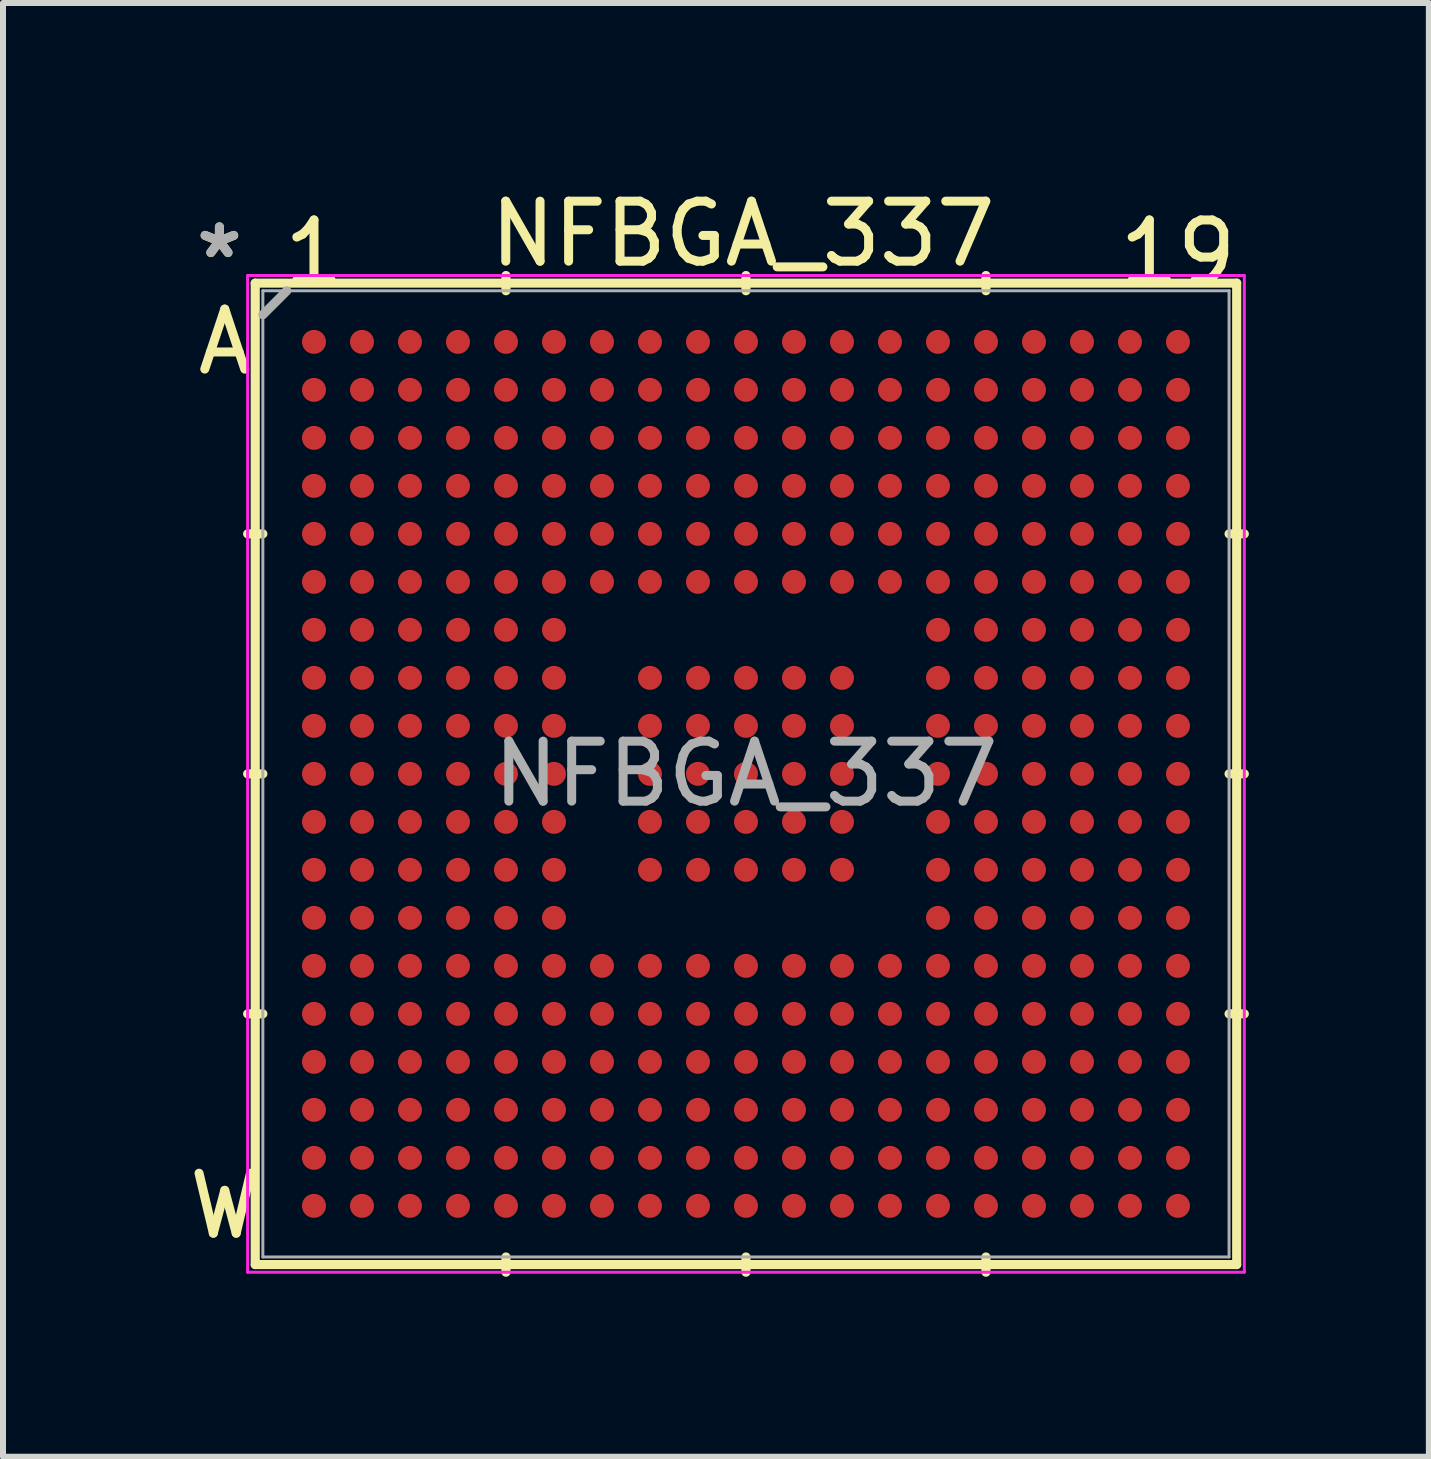
<source format=kicad_pcb>
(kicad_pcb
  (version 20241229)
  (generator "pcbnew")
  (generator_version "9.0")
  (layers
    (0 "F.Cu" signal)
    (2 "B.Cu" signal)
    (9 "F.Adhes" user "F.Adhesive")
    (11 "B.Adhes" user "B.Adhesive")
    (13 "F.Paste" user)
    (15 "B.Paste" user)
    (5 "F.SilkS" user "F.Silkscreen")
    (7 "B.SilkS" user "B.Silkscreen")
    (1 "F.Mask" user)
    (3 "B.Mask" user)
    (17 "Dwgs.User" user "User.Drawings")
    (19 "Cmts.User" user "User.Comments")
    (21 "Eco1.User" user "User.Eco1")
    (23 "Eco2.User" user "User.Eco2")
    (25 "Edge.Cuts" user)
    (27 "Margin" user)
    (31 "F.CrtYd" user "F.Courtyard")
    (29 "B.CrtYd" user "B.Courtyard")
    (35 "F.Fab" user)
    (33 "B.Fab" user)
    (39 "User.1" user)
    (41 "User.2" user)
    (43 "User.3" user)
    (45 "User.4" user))
  (footprint "NFBGA_337"
    (layer "F.Cu")
    (at 9.383 9.848)
    (property "Reference" "NFBGA_337" (at -0.051 -9 0) (layer "F.SilkS") (effects (font (size 1 1) (thickness 0.15))))
    (attr smd)
    (fp_line (start -8.179 -8.179) (end -8.179 8.179) (stroke (width 0.152) (type solid)) (layer "F.SilkS"))
    (fp_line (start -8.179 8.179) (end 8.179 8.179) (stroke (width 0.152) (type solid)) (layer "F.SilkS"))
    (fp_line (start -8.052 -4) (end -8.306 -4) (stroke (width 0.152) (type solid)) (layer "F.SilkS"))
    (fp_line (start -8.052 0) (end -8.306 0) (stroke (width 0.152) (type solid)) (layer "F.SilkS"))
    (fp_line (start -8.052 4) (end -8.306 4) (stroke (width 0.152) (type solid)) (layer "F.SilkS"))
    (fp_line (start -4 -8.052) (end -4 -8.306) (stroke (width 0.152) (type solid)) (layer "F.SilkS"))
    (fp_line (start -4 8.052) (end -4 8.306) (stroke (width 0.152) (type solid)) (layer "F.SilkS"))
    (fp_line (start 0 -8.052) (end 0 -8.306) (stroke (width 0.152) (type solid)) (layer "F.SilkS"))
    (fp_line (start 0 8.052) (end 0 8.306) (stroke (width 0.152) (type solid)) (layer "F.SilkS"))
    (fp_line (start 4 -8.052) (end 4 -8.306) (stroke (width 0.152) (type solid)) (layer "F.SilkS"))
    (fp_line (start 4 8.052) (end 4 8.306) (stroke (width 0.152) (type solid)) (layer "F.SilkS"))
    (fp_line (start 8.052 -4) (end 8.306 -4) (stroke (width 0.152) (type solid)) (layer "F.SilkS"))
    (fp_line (start 8.052 0) (end 8.306 0) (stroke (width 0.152) (type solid)) (layer "F.SilkS"))
    (fp_line (start 8.052 4) (end 8.306 4) (stroke (width 0.152) (type solid)) (layer "F.SilkS"))
    (fp_line (start 8.179 -8.179) (end -8.179 -8.179) (stroke (width 0.152) (type solid)) (layer "F.SilkS"))
    (fp_line (start 8.179 8.179) (end 8.179 -8.179) (stroke (width 0.152) (type solid)) (layer "F.SilkS"))
    (fp_line (start -8.306 -8.306) (end 8.306 -8.306) (stroke (width 0.05) (type solid)) (layer "F.CrtYd"))
    (fp_line (start -8.306 8.306) (end -8.306 -8.306) (stroke (width 0.05) (type solid)) (layer "F.CrtYd"))
    (fp_line (start 8.306 -8.306) (end 8.306 8.306) (stroke (width 0.05) (type solid)) (layer "F.CrtYd"))
    (fp_line (start 8.306 8.306) (end -8.306 8.306) (stroke (width 0.05) (type solid)) (layer "F.CrtYd"))
    (fp_line (start -8.052 -8.052) (end -8.052 8.052) (stroke (width 0.05) (type solid)) (layer "F.Fab"))
    (fp_line (start -8.052 8.052) (end 8.052 8.052) (stroke (width 0.05) (type solid)) (layer "F.Fab"))
    (fp_line (start -7.652 -8.052) (end -8.052 -7.652) (stroke (width 0.152) (type solid)) (layer "F.Fab"))
    (fp_line (start 8.052 -8.052) (end -8.052 -8.052) (stroke (width 0.05) (type solid)) (layer "F.Fab"))
    (fp_line (start 8.052 8.052) (end 8.052 -8.052) (stroke (width 0.05) (type solid)) (layer "F.Fab"))
    (fp_text user "*" (at -8.776 -8.572 0) (layer "F.SilkS") (effects (font (size 1 1) (thickness 0.15))))
    (fp_text user "A" (at -8.687 -7.201 0) (layer "F.SilkS") (effects (font (size 1 1) (thickness 0.15))))
    (fp_text user "19" (at 7.2 -8.687 180) (layer "F.SilkS") (effects (font (size 1 1) (thickness 0.15))))
    (fp_text user "1" (at -7.2 -8.687 180) (layer "F.SilkS") (effects (font (size 1 1) (thickness 0.15))))
    (fp_text user "W" (at -8.687 7.201 0) (layer "F.SilkS") (effects (font (size 1 1) (thickness 0.15))))
    (fp_text user "*" (at -8.776 -8.572 0) (layer "F.Fab") (effects (font (size 1 1) (thickness 0.15))))
    (fp_text user "${REFERENCE}" (at 0 0 0) (layer "F.Fab") (effects (font (size 1 1) (thickness 0.15))))
    (pad "A1" smd circle (at -7.2 -7.2) (size 0.4 0.4) (layers "F.Cu" "F.Mask" "F.Paste"))
    (pad "A2" smd circle (at -6.4 -7.2) (size 0.4 0.4) (layers "F.Cu" "F.Mask" "F.Paste"))
    (pad "A3" smd circle (at -5.6 -7.2) (size 0.4 0.4) (layers "F.Cu" "F.Mask" "F.Paste"))
    (pad "A4" smd circle (at -4.8 -7.2) (size 0.4 0.4) (layers "F.Cu" "F.Mask" "F.Paste"))
    (pad "A5" smd circle (at -4 -7.2) (size 0.4 0.4) (layers "F.Cu" "F.Mask" "F.Paste"))
    (pad "A6" smd circle (at -3.2 -7.2) (size 0.4 0.4) (layers "F.Cu" "F.Mask" "F.Paste"))
    (pad "A7" smd circle (at -2.4 -7.2) (size 0.4 0.4) (layers "F.Cu" "F.Mask" "F.Paste"))
    (pad "A8" smd circle (at -1.6 -7.2) (size 0.4 0.4) (layers "F.Cu" "F.Mask" "F.Paste"))
    (pad "A9" smd circle (at -0.8 -7.2) (size 0.4 0.4) (layers "F.Cu" "F.Mask" "F.Paste"))
    (pad "A10" smd circle (at 0 -7.2) (size 0.4 0.4) (layers "F.Cu" "F.Mask" "F.Paste"))
    (pad "A11" smd circle (at 0.8 -7.2) (size 0.4 0.4) (layers "F.Cu" "F.Mask" "F.Paste"))
    (pad "A12" smd circle (at 1.6 -7.2) (size 0.4 0.4) (layers "F.Cu" "F.Mask" "F.Paste"))
    (pad "A13" smd circle (at 2.4 -7.2) (size 0.4 0.4) (layers "F.Cu" "F.Mask" "F.Paste"))
    (pad "A14" smd circle (at 3.2 -7.2) (size 0.4 0.4) (layers "F.Cu" "F.Mask" "F.Paste"))
    (pad "A15" smd circle (at 4 -7.2) (size 0.4 0.4) (layers "F.Cu" "F.Mask" "F.Paste"))
    (pad "A16" smd circle (at 4.8 -7.2) (size 0.4 0.4) (layers "F.Cu" "F.Mask" "F.Paste"))
    (pad "A17" smd circle (at 5.6 -7.2) (size 0.4 0.4) (layers "F.Cu" "F.Mask" "F.Paste"))
    (pad "A18" smd circle (at 6.4 -7.2) (size 0.4 0.4) (layers "F.Cu" "F.Mask" "F.Paste"))
    (pad "A19" smd circle (at 7.2 -7.2) (size 0.4 0.4) (layers "F.Cu" "F.Mask" "F.Paste"))
    (pad "B1" smd circle (at -7.2 -6.4) (size 0.4 0.4) (layers "F.Cu" "F.Mask" "F.Paste"))
    (pad "B2" smd circle (at -6.4 -6.4) (size 0.4 0.4) (layers "F.Cu" "F.Mask" "F.Paste"))
    (pad "B3" smd circle (at -5.6 -6.4) (size 0.4 0.4) (layers "F.Cu" "F.Mask" "F.Paste"))
    (pad "B4" smd circle (at -4.8 -6.4) (size 0.4 0.4) (layers "F.Cu" "F.Mask" "F.Paste"))
    (pad "B5" smd circle (at -4 -6.4) (size 0.4 0.4) (layers "F.Cu" "F.Mask" "F.Paste"))
    (pad "B6" smd circle (at -3.2 -6.4) (size 0.4 0.4) (layers "F.Cu" "F.Mask" "F.Paste"))
    (pad "B7" smd circle (at -2.4 -6.4) (size 0.4 0.4) (layers "F.Cu" "F.Mask" "F.Paste"))
    (pad "B8" smd circle (at -1.6 -6.4) (size 0.4 0.4) (layers "F.Cu" "F.Mask" "F.Paste"))
    (pad "B9" smd circle (at -0.8 -6.4) (size 0.4 0.4) (layers "F.Cu" "F.Mask" "F.Paste"))
    (pad "B10" smd circle (at 0 -6.4) (size 0.4 0.4) (layers "F.Cu" "F.Mask" "F.Paste"))
    (pad "B11" smd circle (at 0.8 -6.4) (size 0.4 0.4) (layers "F.Cu" "F.Mask" "F.Paste"))
    (pad "B12" smd circle (at 1.6 -6.4) (size 0.4 0.4) (layers "F.Cu" "F.Mask" "F.Paste"))
    (pad "B13" smd circle (at 2.4 -6.4) (size 0.4 0.4) (layers "F.Cu" "F.Mask" "F.Paste"))
    (pad "B14" smd circle (at 3.2 -6.4) (size 0.4 0.4) (layers "F.Cu" "F.Mask" "F.Paste"))
    (pad "B15" smd circle (at 4 -6.4) (size 0.4 0.4) (layers "F.Cu" "F.Mask" "F.Paste"))
    (pad "B16" smd circle (at 4.8 -6.4) (size 0.4 0.4) (layers "F.Cu" "F.Mask" "F.Paste"))
    (pad "B17" smd circle (at 5.6 -6.4) (size 0.4 0.4) (layers "F.Cu" "F.Mask" "F.Paste"))
    (pad "B18" smd circle (at 6.4 -6.4) (size 0.4 0.4) (layers "F.Cu" "F.Mask" "F.Paste"))
    (pad "B19" smd circle (at 7.2 -6.4) (size 0.4 0.4) (layers "F.Cu" "F.Mask" "F.Paste"))
    (pad "C1" smd circle (at -7.2 -5.6) (size 0.4 0.4) (layers "F.Cu" "F.Mask" "F.Paste"))
    (pad "C2" smd circle (at -6.4 -5.6) (size 0.4 0.4) (layers "F.Cu" "F.Mask" "F.Paste"))
    (pad "C3" smd circle (at -5.6 -5.6) (size 0.4 0.4) (layers "F.Cu" "F.Mask" "F.Paste"))
    (pad "C4" smd circle (at -4.8 -5.6) (size 0.4 0.4) (layers "F.Cu" "F.Mask" "F.Paste"))
    (pad "C5" smd circle (at -4 -5.6) (size 0.4 0.4) (layers "F.Cu" "F.Mask" "F.Paste"))
    (pad "C6" smd circle (at -3.2 -5.6) (size 0.4 0.4) (layers "F.Cu" "F.Mask" "F.Paste"))
    (pad "C7" smd circle (at -2.4 -5.6) (size 0.4 0.4) (layers "F.Cu" "F.Mask" "F.Paste"))
    (pad "C8" smd circle (at -1.6 -5.6) (size 0.4 0.4) (layers "F.Cu" "F.Mask" "F.Paste"))
    (pad "C9" smd circle (at -0.8 -5.6) (size 0.4 0.4) (layers "F.Cu" "F.Mask" "F.Paste"))
    (pad "C10" smd circle (at 0 -5.6) (size 0.4 0.4) (layers "F.Cu" "F.Mask" "F.Paste"))
    (pad "C11" smd circle (at 0.8 -5.6) (size 0.4 0.4) (layers "F.Cu" "F.Mask" "F.Paste"))
    (pad "C12" smd circle (at 1.6 -5.6) (size 0.4 0.4) (layers "F.Cu" "F.Mask" "F.Paste"))
    (pad "C13" smd circle (at 2.4 -5.6) (size 0.4 0.4) (layers "F.Cu" "F.Mask" "F.Paste"))
    (pad "C14" smd circle (at 3.2 -5.6) (size 0.4 0.4) (layers "F.Cu" "F.Mask" "F.Paste"))
    (pad "C15" smd circle (at 4 -5.6) (size 0.4 0.4) (layers "F.Cu" "F.Mask" "F.Paste"))
    (pad "C16" smd circle (at 4.8 -5.6) (size 0.4 0.4) (layers "F.Cu" "F.Mask" "F.Paste"))
    (pad "C17" smd circle (at 5.6 -5.6) (size 0.4 0.4) (layers "F.Cu" "F.Mask" "F.Paste"))
    (pad "C18" smd circle (at 6.4 -5.6) (size 0.4 0.4) (layers "F.Cu" "F.Mask" "F.Paste"))
    (pad "C19" smd circle (at 7.2 -5.6) (size 0.4 0.4) (layers "F.Cu" "F.Mask" "F.Paste"))
    (pad "D1" smd circle (at -7.2 -4.8) (size 0.4 0.4) (layers "F.Cu" "F.Mask" "F.Paste"))
    (pad "D2" smd circle (at -6.4 -4.8) (size 0.4 0.4) (layers "F.Cu" "F.Mask" "F.Paste"))
    (pad "D3" smd circle (at -5.6 -4.8) (size 0.4 0.4) (layers "F.Cu" "F.Mask" "F.Paste"))
    (pad "D4" smd circle (at -4.8 -4.8) (size 0.4 0.4) (layers "F.Cu" "F.Mask" "F.Paste"))
    (pad "D5" smd circle (at -4 -4.8) (size 0.4 0.4) (layers "F.Cu" "F.Mask" "F.Paste"))
    (pad "D6" smd circle (at -3.2 -4.8) (size 0.4 0.4) (layers "F.Cu" "F.Mask" "F.Paste"))
    (pad "D7" smd circle (at -2.4 -4.8) (size 0.4 0.4) (layers "F.Cu" "F.Mask" "F.Paste"))
    (pad "D8" smd circle (at -1.6 -4.8) (size 0.4 0.4) (layers "F.Cu" "F.Mask" "F.Paste"))
    (pad "D9" smd circle (at -0.8 -4.8) (size 0.4 0.4) (layers "F.Cu" "F.Mask" "F.Paste"))
    (pad "D10" smd circle (at 0 -4.8) (size 0.4 0.4) (layers "F.Cu" "F.Mask" "F.Paste"))
    (pad "D11" smd circle (at 0.8 -4.8) (size 0.4 0.4) (layers "F.Cu" "F.Mask" "F.Paste"))
    (pad "D12" smd circle (at 1.6 -4.8) (size 0.4 0.4) (layers "F.Cu" "F.Mask" "F.Paste"))
    (pad "D13" smd circle (at 2.4 -4.8) (size 0.4 0.4) (layers "F.Cu" "F.Mask" "F.Paste"))
    (pad "D14" smd circle (at 3.2 -4.8) (size 0.4 0.4) (layers "F.Cu" "F.Mask" "F.Paste"))
    (pad "D15" smd circle (at 4 -4.8) (size 0.4 0.4) (layers "F.Cu" "F.Mask" "F.Paste"))
    (pad "D16" smd circle (at 4.8 -4.8) (size 0.4 0.4) (layers "F.Cu" "F.Mask" "F.Paste"))
    (pad "D17" smd circle (at 5.6 -4.8) (size 0.4 0.4) (layers "F.Cu" "F.Mask" "F.Paste"))
    (pad "D18" smd circle (at 6.4 -4.8) (size 0.4 0.4) (layers "F.Cu" "F.Mask" "F.Paste"))
    (pad "D19" smd circle (at 7.2 -4.8) (size 0.4 0.4) (layers "F.Cu" "F.Mask" "F.Paste"))
    (pad "E1" smd circle (at -7.2 -4) (size 0.4 0.4) (layers "F.Cu" "F.Mask" "F.Paste"))
    (pad "E2" smd circle (at -6.4 -4) (size 0.4 0.4) (layers "F.Cu" "F.Mask" "F.Paste"))
    (pad "E3" smd circle (at -5.6 -4) (size 0.4 0.4) (layers "F.Cu" "F.Mask" "F.Paste"))
    (pad "E4" smd circle (at -4.8 -4) (size 0.4 0.4) (layers "F.Cu" "F.Mask" "F.Paste"))
    (pad "E5" smd circle (at -4 -4) (size 0.4 0.4) (layers "F.Cu" "F.Mask" "F.Paste"))
    (pad "E6" smd circle (at -3.2 -4) (size 0.4 0.4) (layers "F.Cu" "F.Mask" "F.Paste"))
    (pad "E7" smd circle (at -2.4 -4) (size 0.4 0.4) (layers "F.Cu" "F.Mask" "F.Paste"))
    (pad "E8" smd circle (at -1.6 -4) (size 0.4 0.4) (layers "F.Cu" "F.Mask" "F.Paste"))
    (pad "E9" smd circle (at -0.8 -4) (size 0.4 0.4) (layers "F.Cu" "F.Mask" "F.Paste"))
    (pad "E10" smd circle (at 0 -4) (size 0.4 0.4) (layers "F.Cu" "F.Mask" "F.Paste"))
    (pad "E11" smd circle (at 0.8 -4) (size 0.4 0.4) (layers "F.Cu" "F.Mask" "F.Paste"))
    (pad "E12" smd circle (at 1.6 -4) (size 0.4 0.4) (layers "F.Cu" "F.Mask" "F.Paste"))
    (pad "E13" smd circle (at 2.4 -4) (size 0.4 0.4) (layers "F.Cu" "F.Mask" "F.Paste"))
    (pad "E14" smd circle (at 3.2 -4) (size 0.4 0.4) (layers "F.Cu" "F.Mask" "F.Paste"))
    (pad "E15" smd circle (at 4 -4) (size 0.4 0.4) (layers "F.Cu" "F.Mask" "F.Paste"))
    (pad "E16" smd circle (at 4.8 -4) (size 0.4 0.4) (layers "F.Cu" "F.Mask" "F.Paste"))
    (pad "E17" smd circle (at 5.6 -4) (size 0.4 0.4) (layers "F.Cu" "F.Mask" "F.Paste"))
    (pad "E18" smd circle (at 6.4 -4) (size 0.4 0.4) (layers "F.Cu" "F.Mask" "F.Paste"))
    (pad "E19" smd circle (at 7.2 -4) (size 0.4 0.4) (layers "F.Cu" "F.Mask" "F.Paste"))
    (pad "F1" smd circle (at -7.2 -3.2) (size 0.4 0.4) (layers "F.Cu" "F.Mask" "F.Paste"))
    (pad "F2" smd circle (at -6.4 -3.2) (size 0.4 0.4) (layers "F.Cu" "F.Mask" "F.Paste"))
    (pad "F3" smd circle (at -5.6 -3.2) (size 0.4 0.4) (layers "F.Cu" "F.Mask" "F.Paste"))
    (pad "F4" smd circle (at -4.8 -3.2) (size 0.4 0.4) (layers "F.Cu" "F.Mask" "F.Paste"))
    (pad "F5" smd circle (at -4 -3.2) (size 0.4 0.4) (layers "F.Cu" "F.Mask" "F.Paste"))
    (pad "F6" smd circle (at -3.2 -3.2) (size 0.4 0.4) (layers "F.Cu" "F.Mask" "F.Paste"))
    (pad "F7" smd circle (at -2.4 -3.2) (size 0.4 0.4) (layers "F.Cu" "F.Mask" "F.Paste"))
    (pad "F8" smd circle (at -1.6 -3.2) (size 0.4 0.4) (layers "F.Cu" "F.Mask" "F.Paste"))
    (pad "F9" smd circle (at -0.8 -3.2) (size 0.4 0.4) (layers "F.Cu" "F.Mask" "F.Paste"))
    (pad "F10" smd circle (at 0 -3.2) (size 0.4 0.4) (layers "F.Cu" "F.Mask" "F.Paste"))
    (pad "F11" smd circle (at 0.8 -3.2) (size 0.4 0.4) (layers "F.Cu" "F.Mask" "F.Paste"))
    (pad "F12" smd circle (at 1.6 -3.2) (size 0.4 0.4) (layers "F.Cu" "F.Mask" "F.Paste"))
    (pad "F13" smd circle (at 2.4 -3.2) (size 0.4 0.4) (layers "F.Cu" "F.Mask" "F.Paste"))
    (pad "F14" smd circle (at 3.2 -3.2) (size 0.4 0.4) (layers "F.Cu" "F.Mask" "F.Paste"))
    (pad "F15" smd circle (at 4 -3.2) (size 0.4 0.4) (layers "F.Cu" "F.Mask" "F.Paste"))
    (pad "F16" smd circle (at 4.8 -3.2) (size 0.4 0.4) (layers "F.Cu" "F.Mask" "F.Paste"))
    (pad "F17" smd circle (at 5.6 -3.2) (size 0.4 0.4) (layers "F.Cu" "F.Mask" "F.Paste"))
    (pad "F18" smd circle (at 6.4 -3.2) (size 0.4 0.4) (layers "F.Cu" "F.Mask" "F.Paste"))
    (pad "F19" smd circle (at 7.2 -3.2) (size 0.4 0.4) (layers "F.Cu" "F.Mask" "F.Paste"))
    (pad "G1" smd circle (at -7.2 -2.4) (size 0.4 0.4) (layers "F.Cu" "F.Mask" "F.Paste"))
    (pad "G2" smd circle (at -6.4 -2.4) (size 0.4 0.4) (layers "F.Cu" "F.Mask" "F.Paste"))
    (pad "G3" smd circle (at -5.6 -2.4) (size 0.4 0.4) (layers "F.Cu" "F.Mask" "F.Paste"))
    (pad "G4" smd circle (at -4.8 -2.4) (size 0.4 0.4) (layers "F.Cu" "F.Mask" "F.Paste"))
    (pad "G5" smd circle (at -4 -2.4) (size 0.4 0.4) (layers "F.Cu" "F.Mask" "F.Paste"))
    (pad "G6" smd circle (at -3.2 -2.4) (size 0.4 0.4) (layers "F.Cu" "F.Mask" "F.Paste"))
    (pad "G14" smd circle (at 3.2 -2.4) (size 0.4 0.4) (layers "F.Cu" "F.Mask" "F.Paste"))
    (pad "G15" smd circle (at 4 -2.4) (size 0.4 0.4) (layers "F.Cu" "F.Mask" "F.Paste"))
    (pad "G16" smd circle (at 4.8 -2.4) (size 0.4 0.4) (layers "F.Cu" "F.Mask" "F.Paste"))
    (pad "G17" smd circle (at 5.6 -2.4) (size 0.4 0.4) (layers "F.Cu" "F.Mask" "F.Paste"))
    (pad "G18" smd circle (at 6.4 -2.4) (size 0.4 0.4) (layers "F.Cu" "F.Mask" "F.Paste"))
    (pad "G19" smd circle (at 7.2 -2.4) (size 0.4 0.4) (layers "F.Cu" "F.Mask" "F.Paste"))
    (pad "H1" smd circle (at -7.2 -1.6) (size 0.4 0.4) (layers "F.Cu" "F.Mask" "F.Paste"))
    (pad "H2" smd circle (at -6.4 -1.6) (size 0.4 0.4) (layers "F.Cu" "F.Mask" "F.Paste"))
    (pad "H3" smd circle (at -5.6 -1.6) (size 0.4 0.4) (layers "F.Cu" "F.Mask" "F.Paste"))
    (pad "H4" smd circle (at -4.8 -1.6) (size 0.4 0.4) (layers "F.Cu" "F.Mask" "F.Paste"))
    (pad "H5" smd circle (at -4 -1.6) (size 0.4 0.4) (layers "F.Cu" "F.Mask" "F.Paste"))
    (pad "H6" smd circle (at -3.2 -1.6) (size 0.4 0.4) (layers "F.Cu" "F.Mask" "F.Paste"))
    (pad "H8" smd circle (at -1.6 -1.6) (size 0.4 0.4) (layers "F.Cu" "F.Mask" "F.Paste"))
    (pad "H9" smd circle (at -0.8 -1.6) (size 0.4 0.4) (layers "F.Cu" "F.Mask" "F.Paste"))
    (pad "H10" smd circle (at 0 -1.6) (size 0.4 0.4) (layers "F.Cu" "F.Mask" "F.Paste"))
    (pad "H11" smd circle (at 0.8 -1.6) (size 0.4 0.4) (layers "F.Cu" "F.Mask" "F.Paste"))
    (pad "H12" smd circle (at 1.6 -1.6) (size 0.4 0.4) (layers "F.Cu" "F.Mask" "F.Paste"))
    (pad "H14" smd circle (at 3.2 -1.6) (size 0.4 0.4) (layers "F.Cu" "F.Mask" "F.Paste"))
    (pad "H15" smd circle (at 4 -1.6) (size 0.4 0.4) (layers "F.Cu" "F.Mask" "F.Paste"))
    (pad "H16" smd circle (at 4.8 -1.6) (size 0.4 0.4) (layers "F.Cu" "F.Mask" "F.Paste"))
    (pad "H17" smd circle (at 5.6 -1.6) (size 0.4 0.4) (layers "F.Cu" "F.Mask" "F.Paste"))
    (pad "H18" smd circle (at 6.4 -1.6) (size 0.4 0.4) (layers "F.Cu" "F.Mask" "F.Paste"))
    (pad "H19" smd circle (at 7.2 -1.6) (size 0.4 0.4) (layers "F.Cu" "F.Mask" "F.Paste"))
    (pad "J1" smd circle (at -7.2 -0.8) (size 0.4 0.4) (layers "F.Cu" "F.Mask" "F.Paste"))
    (pad "J2" smd circle (at -6.4 -0.8) (size 0.4 0.4) (layers "F.Cu" "F.Mask" "F.Paste"))
    (pad "J3" smd circle (at -5.6 -0.8) (size 0.4 0.4) (layers "F.Cu" "F.Mask" "F.Paste"))
    (pad "J4" smd circle (at -4.8 -0.8) (size 0.4 0.4) (layers "F.Cu" "F.Mask" "F.Paste"))
    (pad "J5" smd circle (at -4 -0.8) (size 0.4 0.4) (layers "F.Cu" "F.Mask" "F.Paste"))
    (pad "J6" smd circle (at -3.2 -0.8) (size 0.4 0.4) (layers "F.Cu" "F.Mask" "F.Paste"))
    (pad "J8" smd circle (at -1.6 -0.8) (size 0.4 0.4) (layers "F.Cu" "F.Mask" "F.Paste"))
    (pad "J9" smd circle (at -0.8 -0.8) (size 0.4 0.4) (layers "F.Cu" "F.Mask" "F.Paste"))
    (pad "J10" smd circle (at 0 -0.8) (size 0.4 0.4) (layers "F.Cu" "F.Mask" "F.Paste"))
    (pad "J11" smd circle (at 0.8 -0.8) (size 0.4 0.4) (layers "F.Cu" "F.Mask" "F.Paste"))
    (pad "J12" smd circle (at 1.6 -0.8) (size 0.4 0.4) (layers "F.Cu" "F.Mask" "F.Paste"))
    (pad "J14" smd circle (at 3.2 -0.8) (size 0.4 0.4) (layers "F.Cu" "F.Mask" "F.Paste"))
    (pad "J15" smd circle (at 4 -0.8) (size 0.4 0.4) (layers "F.Cu" "F.Mask" "F.Paste"))
    (pad "J16" smd circle (at 4.8 -0.8) (size 0.4 0.4) (layers "F.Cu" "F.Mask" "F.Paste"))
    (pad "J17" smd circle (at 5.6 -0.8) (size 0.4 0.4) (layers "F.Cu" "F.Mask" "F.Paste"))
    (pad "J18" smd circle (at 6.4 -0.8) (size 0.4 0.4) (layers "F.Cu" "F.Mask" "F.Paste"))
    (pad "J19" smd circle (at 7.2 -0.8) (size 0.4 0.4) (layers "F.Cu" "F.Mask" "F.Paste"))
    (pad "K1" smd circle (at -7.2 0) (size 0.4 0.4) (layers "F.Cu" "F.Mask" "F.Paste"))
    (pad "K2" smd circle (at -6.4 0) (size 0.4 0.4) (layers "F.Cu" "F.Mask" "F.Paste"))
    (pad "K3" smd circle (at -5.6 0) (size 0.4 0.4) (layers "F.Cu" "F.Mask" "F.Paste"))
    (pad "K4" smd circle (at -4.8 0) (size 0.4 0.4) (layers "F.Cu" "F.Mask" "F.Paste"))
    (pad "K5" smd circle (at -4 0) (size 0.4 0.4) (layers "F.Cu" "F.Mask" "F.Paste"))
    (pad "K6" smd circle (at -3.2 0) (size 0.4 0.4) (layers "F.Cu" "F.Mask" "F.Paste"))
    (pad "K8" smd circle (at -1.6 0) (size 0.4 0.4) (layers "F.Cu" "F.Mask" "F.Paste"))
    (pad "K9" smd circle (at -0.8 0) (size 0.4 0.4) (layers "F.Cu" "F.Mask" "F.Paste"))
    (pad "K10" smd circle (at 0 0) (size 0.4 0.4) (layers "F.Cu" "F.Mask" "F.Paste"))
    (pad "K11" smd circle (at 0.8 0) (size 0.4 0.4) (layers "F.Cu" "F.Mask" "F.Paste"))
    (pad "K12" smd circle (at 1.6 0) (size 0.4 0.4) (layers "F.Cu" "F.Mask" "F.Paste"))
    (pad "K14" smd circle (at 3.2 0) (size 0.4 0.4) (layers "F.Cu" "F.Mask" "F.Paste"))
    (pad "K15" smd circle (at 4 0) (size 0.4 0.4) (layers "F.Cu" "F.Mask" "F.Paste"))
    (pad "K16" smd circle (at 4.8 0) (size 0.4 0.4) (layers "F.Cu" "F.Mask" "F.Paste"))
    (pad "K17" smd circle (at 5.6 0) (size 0.4 0.4) (layers "F.Cu" "F.Mask" "F.Paste"))
    (pad "K18" smd circle (at 6.4 0) (size 0.4 0.4) (layers "F.Cu" "F.Mask" "F.Paste"))
    (pad "K19" smd circle (at 7.2 0) (size 0.4 0.4) (layers "F.Cu" "F.Mask" "F.Paste"))
    (pad "L1" smd circle (at -7.2 0.8) (size 0.4 0.4) (layers "F.Cu" "F.Mask" "F.Paste"))
    (pad "L2" smd circle (at -6.4 0.8) (size 0.4 0.4) (layers "F.Cu" "F.Mask" "F.Paste"))
    (pad "L3" smd circle (at -5.6 0.8) (size 0.4 0.4) (layers "F.Cu" "F.Mask" "F.Paste"))
    (pad "L4" smd circle (at -4.8 0.8) (size 0.4 0.4) (layers "F.Cu" "F.Mask" "F.Paste"))
    (pad "L5" smd circle (at -4 0.8) (size 0.4 0.4) (layers "F.Cu" "F.Mask" "F.Paste"))
    (pad "L6" smd circle (at -3.2 0.8) (size 0.4 0.4) (layers "F.Cu" "F.Mask" "F.Paste"))
    (pad "L8" smd circle (at -1.6 0.8) (size 0.4 0.4) (layers "F.Cu" "F.Mask" "F.Paste"))
    (pad "L9" smd circle (at -0.8 0.8) (size 0.4 0.4) (layers "F.Cu" "F.Mask" "F.Paste"))
    (pad "L10" smd circle (at 0 0.8) (size 0.4 0.4) (layers "F.Cu" "F.Mask" "F.Paste"))
    (pad "L11" smd circle (at 0.8 0.8) (size 0.4 0.4) (layers "F.Cu" "F.Mask" "F.Paste"))
    (pad "L12" smd circle (at 1.6 0.8) (size 0.4 0.4) (layers "F.Cu" "F.Mask" "F.Paste"))
    (pad "L14" smd circle (at 3.2 0.8) (size 0.4 0.4) (layers "F.Cu" "F.Mask" "F.Paste"))
    (pad "L15" smd circle (at 4 0.8) (size 0.4 0.4) (layers "F.Cu" "F.Mask" "F.Paste"))
    (pad "L16" smd circle (at 4.8 0.8) (size 0.4 0.4) (layers "F.Cu" "F.Mask" "F.Paste"))
    (pad "L17" smd circle (at 5.6 0.8) (size 0.4 0.4) (layers "F.Cu" "F.Mask" "F.Paste"))
    (pad "L18" smd circle (at 6.4 0.8) (size 0.4 0.4) (layers "F.Cu" "F.Mask" "F.Paste"))
    (pad "L19" smd circle (at 7.2 0.8) (size 0.4 0.4) (layers "F.Cu" "F.Mask" "F.Paste"))
    (pad "M1" smd circle (at -7.2 1.6) (size 0.4 0.4) (layers "F.Cu" "F.Mask" "F.Paste"))
    (pad "M2" smd circle (at -6.4 1.6) (size 0.4 0.4) (layers "F.Cu" "F.Mask" "F.Paste"))
    (pad "M3" smd circle (at -5.6 1.6) (size 0.4 0.4) (layers "F.Cu" "F.Mask" "F.Paste"))
    (pad "M4" smd circle (at -4.8 1.6) (size 0.4 0.4) (layers "F.Cu" "F.Mask" "F.Paste"))
    (pad "M5" smd circle (at -4 1.6) (size 0.4 0.4) (layers "F.Cu" "F.Mask" "F.Paste"))
    (pad "M6" smd circle (at -3.2 1.6) (size 0.4 0.4) (layers "F.Cu" "F.Mask" "F.Paste"))
    (pad "M8" smd circle (at -1.6 1.6) (size 0.4 0.4) (layers "F.Cu" "F.Mask" "F.Paste"))
    (pad "M9" smd circle (at -0.8 1.6) (size 0.4 0.4) (layers "F.Cu" "F.Mask" "F.Paste"))
    (pad "M10" smd circle (at 0 1.6) (size 0.4 0.4) (layers "F.Cu" "F.Mask" "F.Paste"))
    (pad "M11" smd circle (at 0.8 1.6) (size 0.4 0.4) (layers "F.Cu" "F.Mask" "F.Paste"))
    (pad "M12" smd circle (at 1.6 1.6) (size 0.4 0.4) (layers "F.Cu" "F.Mask" "F.Paste"))
    (pad "M14" smd circle (at 3.2 1.6) (size 0.4 0.4) (layers "F.Cu" "F.Mask" "F.Paste"))
    (pad "M15" smd circle (at 4 1.6) (size 0.4 0.4) (layers "F.Cu" "F.Mask" "F.Paste"))
    (pad "M16" smd circle (at 4.8 1.6) (size 0.4 0.4) (layers "F.Cu" "F.Mask" "F.Paste"))
    (pad "M17" smd circle (at 5.6 1.6) (size 0.4 0.4) (layers "F.Cu" "F.Mask" "F.Paste"))
    (pad "M18" smd circle (at 6.4 1.6) (size 0.4 0.4) (layers "F.Cu" "F.Mask" "F.Paste"))
    (pad "M19" smd circle (at 7.2 1.6) (size 0.4 0.4) (layers "F.Cu" "F.Mask" "F.Paste"))
    (pad "N1" smd circle (at -7.2 2.4) (size 0.4 0.4) (layers "F.Cu" "F.Mask" "F.Paste"))
    (pad "N2" smd circle (at -6.4 2.4) (size 0.4 0.4) (layers "F.Cu" "F.Mask" "F.Paste"))
    (pad "N3" smd circle (at -5.6 2.4) (size 0.4 0.4) (layers "F.Cu" "F.Mask" "F.Paste"))
    (pad "N4" smd circle (at -4.8 2.4) (size 0.4 0.4) (layers "F.Cu" "F.Mask" "F.Paste"))
    (pad "N5" smd circle (at -4 2.4) (size 0.4 0.4) (layers "F.Cu" "F.Mask" "F.Paste"))
    (pad "N6" smd circle (at -3.2 2.4) (size 0.4 0.4) (layers "F.Cu" "F.Mask" "F.Paste"))
    (pad "N14" smd circle (at 3.2 2.4) (size 0.4 0.4) (layers "F.Cu" "F.Mask" "F.Paste"))
    (pad "N15" smd circle (at 4 2.4) (size 0.4 0.4) (layers "F.Cu" "F.Mask" "F.Paste"))
    (pad "N16" smd circle (at 4.8 2.4) (size 0.4 0.4) (layers "F.Cu" "F.Mask" "F.Paste"))
    (pad "N17" smd circle (at 5.6 2.4) (size 0.4 0.4) (layers "F.Cu" "F.Mask" "F.Paste"))
    (pad "N18" smd circle (at 6.4 2.4) (size 0.4 0.4) (layers "F.Cu" "F.Mask" "F.Paste"))
    (pad "N19" smd circle (at 7.2 2.4) (size 0.4 0.4) (layers "F.Cu" "F.Mask" "F.Paste"))
    (pad "P1" smd circle (at -7.2 3.2) (size 0.4 0.4) (layers "F.Cu" "F.Mask" "F.Paste"))
    (pad "P2" smd circle (at -6.4 3.2) (size 0.4 0.4) (layers "F.Cu" "F.Mask" "F.Paste"))
    (pad "P3" smd circle (at -5.6 3.2) (size 0.4 0.4) (layers "F.Cu" "F.Mask" "F.Paste"))
    (pad "P4" smd circle (at -4.8 3.2) (size 0.4 0.4) (layers "F.Cu" "F.Mask" "F.Paste"))
    (pad "P5" smd circle (at -4 3.2) (size 0.4 0.4) (layers "F.Cu" "F.Mask" "F.Paste"))
    (pad "P6" smd circle (at -3.2 3.2) (size 0.4 0.4) (layers "F.Cu" "F.Mask" "F.Paste"))
    (pad "P7" smd circle (at -2.4 3.2) (size 0.4 0.4) (layers "F.Cu" "F.Mask" "F.Paste"))
    (pad "P8" smd circle (at -1.6 3.2) (size 0.4 0.4) (layers "F.Cu" "F.Mask" "F.Paste"))
    (pad "P9" smd circle (at -0.8 3.2) (size 0.4 0.4) (layers "F.Cu" "F.Mask" "F.Paste"))
    (pad "P10" smd circle (at 0 3.2) (size 0.4 0.4) (layers "F.Cu" "F.Mask" "F.Paste"))
    (pad "P11" smd circle (at 0.8 3.2) (size 0.4 0.4) (layers "F.Cu" "F.Mask" "F.Paste"))
    (pad "P12" smd circle (at 1.6 3.2) (size 0.4 0.4) (layers "F.Cu" "F.Mask" "F.Paste"))
    (pad "P13" smd circle (at 2.4 3.2) (size 0.4 0.4) (layers "F.Cu" "F.Mask" "F.Paste"))
    (pad "P14" smd circle (at 3.2 3.2) (size 0.4 0.4) (layers "F.Cu" "F.Mask" "F.Paste"))
    (pad "P15" smd circle (at 4 3.2) (size 0.4 0.4) (layers "F.Cu" "F.Mask" "F.Paste"))
    (pad "P16" smd circle (at 4.8 3.2) (size 0.4 0.4) (layers "F.Cu" "F.Mask" "F.Paste"))
    (pad "P17" smd circle (at 5.6 3.2) (size 0.4 0.4) (layers "F.Cu" "F.Mask" "F.Paste"))
    (pad "P18" smd circle (at 6.4 3.2) (size 0.4 0.4) (layers "F.Cu" "F.Mask" "F.Paste"))
    (pad "P19" smd circle (at 7.2 3.2) (size 0.4 0.4) (layers "F.Cu" "F.Mask" "F.Paste"))
    (pad "R1" smd circle (at -7.2 4) (size 0.4 0.4) (layers "F.Cu" "F.Mask" "F.Paste"))
    (pad "R2" smd circle (at -6.4 4) (size 0.4 0.4) (layers "F.Cu" "F.Mask" "F.Paste"))
    (pad "R3" smd circle (at -5.6 4) (size 0.4 0.4) (layers "F.Cu" "F.Mask" "F.Paste"))
    (pad "R4" smd circle (at -4.8 4) (size 0.4 0.4) (layers "F.Cu" "F.Mask" "F.Paste"))
    (pad "R5" smd circle (at -4 4) (size 0.4 0.4) (layers "F.Cu" "F.Mask" "F.Paste"))
    (pad "R6" smd circle (at -3.2 4) (size 0.4 0.4) (layers "F.Cu" "F.Mask" "F.Paste"))
    (pad "R7" smd circle (at -2.4 4) (size 0.4 0.4) (layers "F.Cu" "F.Mask" "F.Paste"))
    (pad "R8" smd circle (at -1.6 4) (size 0.4 0.4) (layers "F.Cu" "F.Mask" "F.Paste"))
    (pad "R9" smd circle (at -0.8 4) (size 0.4 0.4) (layers "F.Cu" "F.Mask" "F.Paste"))
    (pad "R10" smd circle (at 0 4) (size 0.4 0.4) (layers "F.Cu" "F.Mask" "F.Paste"))
    (pad "R11" smd circle (at 0.8 4) (size 0.4 0.4) (layers "F.Cu" "F.Mask" "F.Paste"))
    (pad "R12" smd circle (at 1.6 4) (size 0.4 0.4) (layers "F.Cu" "F.Mask" "F.Paste"))
    (pad "R13" smd circle (at 2.4 4) (size 0.4 0.4) (layers "F.Cu" "F.Mask" "F.Paste"))
    (pad "R14" smd circle (at 3.2 4) (size 0.4 0.4) (layers "F.Cu" "F.Mask" "F.Paste"))
    (pad "R15" smd circle (at 4 4) (size 0.4 0.4) (layers "F.Cu" "F.Mask" "F.Paste"))
    (pad "R16" smd circle (at 4.8 4) (size 0.4 0.4) (layers "F.Cu" "F.Mask" "F.Paste"))
    (pad "R17" smd circle (at 5.6 4) (size 0.4 0.4) (layers "F.Cu" "F.Mask" "F.Paste"))
    (pad "R18" smd circle (at 6.4 4) (size 0.4 0.4) (layers "F.Cu" "F.Mask" "F.Paste"))
    (pad "R19" smd circle (at 7.2 4) (size 0.4 0.4) (layers "F.Cu" "F.Mask" "F.Paste"))
    (pad "T1" smd circle (at -7.2 4.8) (size 0.4 0.4) (layers "F.Cu" "F.Mask" "F.Paste"))
    (pad "T2" smd circle (at -6.4 4.8) (size 0.4 0.4) (layers "F.Cu" "F.Mask" "F.Paste"))
    (pad "T3" smd circle (at -5.6 4.8) (size 0.4 0.4) (layers "F.Cu" "F.Mask" "F.Paste"))
    (pad "T4" smd circle (at -4.8 4.8) (size 0.4 0.4) (layers "F.Cu" "F.Mask" "F.Paste"))
    (pad "T5" smd circle (at -4 4.8) (size 0.4 0.4) (layers "F.Cu" "F.Mask" "F.Paste"))
    (pad "T6" smd circle (at -3.2 4.8) (size 0.4 0.4) (layers "F.Cu" "F.Mask" "F.Paste"))
    (pad "T7" smd circle (at -2.4 4.8) (size 0.4 0.4) (layers "F.Cu" "F.Mask" "F.Paste"))
    (pad "T8" smd circle (at -1.6 4.8) (size 0.4 0.4) (layers "F.Cu" "F.Mask" "F.Paste"))
    (pad "T9" smd circle (at -0.8 4.8) (size 0.4 0.4) (layers "F.Cu" "F.Mask" "F.Paste"))
    (pad "T10" smd circle (at 0 4.8) (size 0.4 0.4) (layers "F.Cu" "F.Mask" "F.Paste"))
    (pad "T11" smd circle (at 0.8 4.8) (size 0.4 0.4) (layers "F.Cu" "F.Mask" "F.Paste"))
    (pad "T12" smd circle (at 1.6 4.8) (size 0.4 0.4) (layers "F.Cu" "F.Mask" "F.Paste"))
    (pad "T13" smd circle (at 2.4 4.8) (size 0.4 0.4) (layers "F.Cu" "F.Mask" "F.Paste"))
    (pad "T14" smd circle (at 3.2 4.8) (size 0.4 0.4) (layers "F.Cu" "F.Mask" "F.Paste"))
    (pad "T15" smd circle (at 4 4.8) (size 0.4 0.4) (layers "F.Cu" "F.Mask" "F.Paste"))
    (pad "T16" smd circle (at 4.8 4.8) (size 0.4 0.4) (layers "F.Cu" "F.Mask" "F.Paste"))
    (pad "T17" smd circle (at 5.6 4.8) (size 0.4 0.4) (layers "F.Cu" "F.Mask" "F.Paste"))
    (pad "T18" smd circle (at 6.4 4.8) (size 0.4 0.4) (layers "F.Cu" "F.Mask" "F.Paste"))
    (pad "T19" smd circle (at 7.2 4.8) (size 0.4 0.4) (layers "F.Cu" "F.Mask" "F.Paste"))
    (pad "U1" smd circle (at -7.2 5.6) (size 0.4 0.4) (layers "F.Cu" "F.Mask" "F.Paste"))
    (pad "U2" smd circle (at -6.4 5.6) (size 0.4 0.4) (layers "F.Cu" "F.Mask" "F.Paste"))
    (pad "U3" smd circle (at -5.6 5.6) (size 0.4 0.4) (layers "F.Cu" "F.Mask" "F.Paste"))
    (pad "U4" smd circle (at -4.8 5.6) (size 0.4 0.4) (layers "F.Cu" "F.Mask" "F.Paste"))
    (pad "U5" smd circle (at -4 5.6) (size 0.4 0.4) (layers "F.Cu" "F.Mask" "F.Paste"))
    (pad "U6" smd circle (at -3.2 5.6) (size 0.4 0.4) (layers "F.Cu" "F.Mask" "F.Paste"))
    (pad "U7" smd circle (at -2.4 5.6) (size 0.4 0.4) (layers "F.Cu" "F.Mask" "F.Paste"))
    (pad "U8" smd circle (at -1.6 5.6) (size 0.4 0.4) (layers "F.Cu" "F.Mask" "F.Paste"))
    (pad "U9" smd circle (at -0.8 5.6) (size 0.4 0.4) (layers "F.Cu" "F.Mask" "F.Paste"))
    (pad "U10" smd circle (at 0 5.6) (size 0.4 0.4) (layers "F.Cu" "F.Mask" "F.Paste"))
    (pad "U11" smd circle (at 0.8 5.6) (size 0.4 0.4) (layers "F.Cu" "F.Mask" "F.Paste"))
    (pad "U12" smd circle (at 1.6 5.6) (size 0.4 0.4) (layers "F.Cu" "F.Mask" "F.Paste"))
    (pad "U13" smd circle (at 2.4 5.6) (size 0.4 0.4) (layers "F.Cu" "F.Mask" "F.Paste"))
    (pad "U14" smd circle (at 3.2 5.6) (size 0.4 0.4) (layers "F.Cu" "F.Mask" "F.Paste"))
    (pad "U15" smd circle (at 4 5.6) (size 0.4 0.4) (layers "F.Cu" "F.Mask" "F.Paste"))
    (pad "U16" smd circle (at 4.8 5.6) (size 0.4 0.4) (layers "F.Cu" "F.Mask" "F.Paste"))
    (pad "U17" smd circle (at 5.6 5.6) (size 0.4 0.4) (layers "F.Cu" "F.Mask" "F.Paste"))
    (pad "U18" smd circle (at 6.4 5.6) (size 0.4 0.4) (layers "F.Cu" "F.Mask" "F.Paste"))
    (pad "U19" smd circle (at 7.2 5.6) (size 0.4 0.4) (layers "F.Cu" "F.Mask" "F.Paste"))
    (pad "V1" smd circle (at -7.2 6.4) (size 0.4 0.4) (layers "F.Cu" "F.Mask" "F.Paste"))
    (pad "V2" smd circle (at -6.4 6.4) (size 0.4 0.4) (layers "F.Cu" "F.Mask" "F.Paste"))
    (pad "V3" smd circle (at -5.6 6.4) (size 0.4 0.4) (layers "F.Cu" "F.Mask" "F.Paste"))
    (pad "V4" smd circle (at -4.8 6.4) (size 0.4 0.4) (layers "F.Cu" "F.Mask" "F.Paste"))
    (pad "V5" smd circle (at -4 6.4) (size 0.4 0.4) (layers "F.Cu" "F.Mask" "F.Paste"))
    (pad "V6" smd circle (at -3.2 6.4) (size 0.4 0.4) (layers "F.Cu" "F.Mask" "F.Paste"))
    (pad "V7" smd circle (at -2.4 6.4) (size 0.4 0.4) (layers "F.Cu" "F.Mask" "F.Paste"))
    (pad "V8" smd circle (at -1.6 6.4) (size 0.4 0.4) (layers "F.Cu" "F.Mask" "F.Paste"))
    (pad "V9" smd circle (at -0.8 6.4) (size 0.4 0.4) (layers "F.Cu" "F.Mask" "F.Paste"))
    (pad "V10" smd circle (at 0 6.4) (size 0.4 0.4) (layers "F.Cu" "F.Mask" "F.Paste"))
    (pad "V11" smd circle (at 0.8 6.4) (size 0.4 0.4) (layers "F.Cu" "F.Mask" "F.Paste"))
    (pad "V12" smd circle (at 1.6 6.4) (size 0.4 0.4) (layers "F.Cu" "F.Mask" "F.Paste"))
    (pad "V13" smd circle (at 2.4 6.4) (size 0.4 0.4) (layers "F.Cu" "F.Mask" "F.Paste"))
    (pad "V14" smd circle (at 3.2 6.4) (size 0.4 0.4) (layers "F.Cu" "F.Mask" "F.Paste"))
    (pad "V15" smd circle (at 4 6.4) (size 0.4 0.4) (layers "F.Cu" "F.Mask" "F.Paste"))
    (pad "V16" smd circle (at 4.8 6.4) (size 0.4 0.4) (layers "F.Cu" "F.Mask" "F.Paste"))
    (pad "V17" smd circle (at 5.6 6.4) (size 0.4 0.4) (layers "F.Cu" "F.Mask" "F.Paste"))
    (pad "V18" smd circle (at 6.4 6.4) (size 0.4 0.4) (layers "F.Cu" "F.Mask" "F.Paste"))
    (pad "V19" smd circle (at 7.2 6.4) (size 0.4 0.4) (layers "F.Cu" "F.Mask" "F.Paste"))
    (pad "W1" smd circle (at -7.2 7.2) (size 0.4 0.4) (layers "F.Cu" "F.Mask" "F.Paste"))
    (pad "W2" smd circle (at -6.4 7.2) (size 0.4 0.4) (layers "F.Cu" "F.Mask" "F.Paste"))
    (pad "W3" smd circle (at -5.6 7.2) (size 0.4 0.4) (layers "F.Cu" "F.Mask" "F.Paste"))
    (pad "W4" smd circle (at -4.8 7.2) (size 0.4 0.4) (layers "F.Cu" "F.Mask" "F.Paste"))
    (pad "W5" smd circle (at -4 7.2) (size 0.4 0.4) (layers "F.Cu" "F.Mask" "F.Paste"))
    (pad "W6" smd circle (at -3.2 7.2) (size 0.4 0.4) (layers "F.Cu" "F.Mask" "F.Paste"))
    (pad "W7" smd circle (at -2.4 7.2) (size 0.4 0.4) (layers "F.Cu" "F.Mask" "F.Paste"))
    (pad "W8" smd circle (at -1.6 7.2) (size 0.4 0.4) (layers "F.Cu" "F.Mask" "F.Paste"))
    (pad "W9" smd circle (at -0.8 7.2) (size 0.4 0.4) (layers "F.Cu" "F.Mask" "F.Paste"))
    (pad "W10" smd circle (at 0 7.2) (size 0.4 0.4) (layers "F.Cu" "F.Mask" "F.Paste"))
    (pad "W11" smd circle (at 0.8 7.2) (size 0.4 0.4) (layers "F.Cu" "F.Mask" "F.Paste"))
    (pad "W12" smd circle (at 1.6 7.2) (size 0.4 0.4) (layers "F.Cu" "F.Mask" "F.Paste"))
    (pad "W13" smd circle (at 2.4 7.2) (size 0.4 0.4) (layers "F.Cu" "F.Mask" "F.Paste"))
    (pad "W14" smd circle (at 3.2 7.2) (size 0.4 0.4) (layers "F.Cu" "F.Mask" "F.Paste"))
    (pad "W15" smd circle (at 4 7.2) (size 0.4 0.4) (layers "F.Cu" "F.Mask" "F.Paste"))
    (pad "W16" smd circle (at 4.8 7.2) (size 0.4 0.4) (layers "F.Cu" "F.Mask" "F.Paste"))
    (pad "W17" smd circle (at 5.6 7.2) (size 0.4 0.4) (layers "F.Cu" "F.Mask" "F.Paste"))
    (pad "W18" smd circle (at 6.4 7.2) (size 0.4 0.4) (layers "F.Cu" "F.Mask" "F.Paste"))
    (pad "W19" smd circle (at 7.2 7.2) (size 0.4 0.4) (layers "F.Cu" "F.Mask" "F.Paste")))
  (gr_rect
    (start -3 -3)
    (end 20.765 21.23)
    (stroke (width 0.1) (type default))
    (fill no)
    (layer "Edge.Cuts")))
</source>
